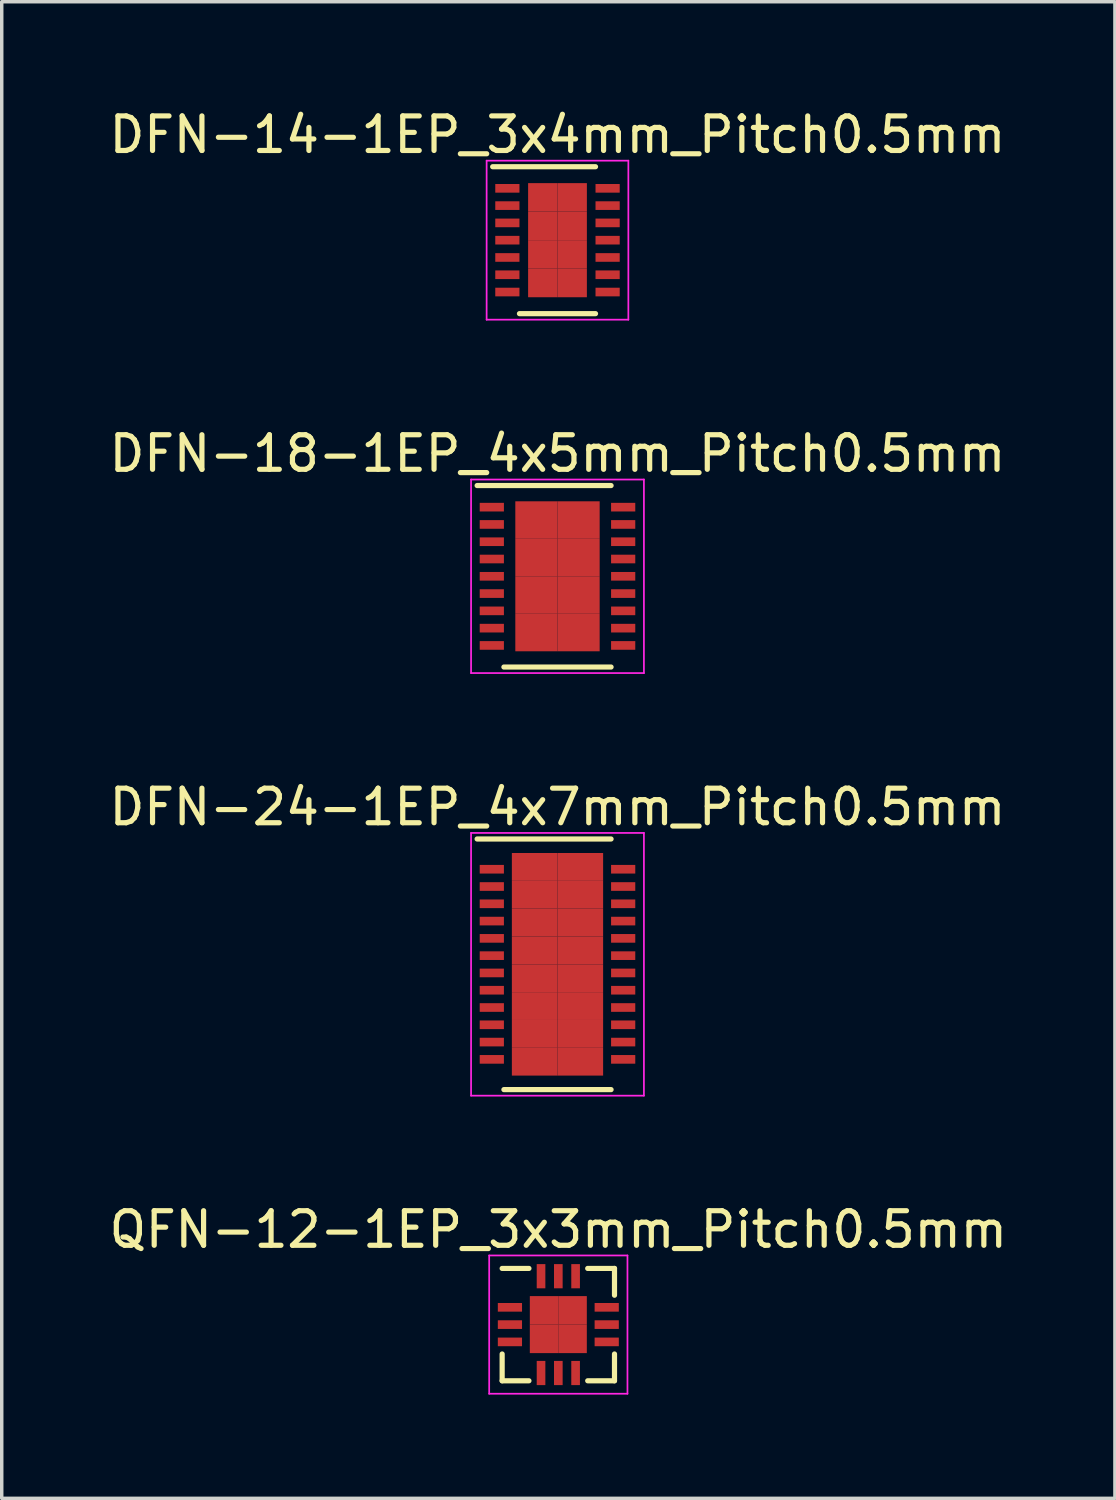
<source format=kicad_pcb>
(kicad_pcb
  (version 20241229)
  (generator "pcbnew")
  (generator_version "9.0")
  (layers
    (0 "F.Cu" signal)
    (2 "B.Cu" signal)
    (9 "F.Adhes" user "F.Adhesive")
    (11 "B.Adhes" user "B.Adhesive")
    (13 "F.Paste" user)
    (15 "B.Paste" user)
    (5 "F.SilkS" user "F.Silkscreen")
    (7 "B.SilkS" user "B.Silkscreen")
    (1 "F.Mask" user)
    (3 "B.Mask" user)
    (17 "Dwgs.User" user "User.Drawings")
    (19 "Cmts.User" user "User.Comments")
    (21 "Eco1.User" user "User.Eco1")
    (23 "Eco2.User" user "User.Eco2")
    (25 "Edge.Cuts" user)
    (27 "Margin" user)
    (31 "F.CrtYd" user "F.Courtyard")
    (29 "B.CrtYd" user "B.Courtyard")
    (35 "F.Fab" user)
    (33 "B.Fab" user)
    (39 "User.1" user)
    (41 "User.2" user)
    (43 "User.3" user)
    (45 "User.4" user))
  (footprint "DFN-14-1EP_3x4mm_Pitch0.5mm"
    (layer "F.Cu")
    (at 13.077 3.898)
    (property "Reference" "DFN-14-1EP_3x4mm_Pitch0.5mm" (at 0 -3.05 0) (layer "F.SilkS") (effects (font (size 1 1) (thickness 0.15))))
    (attr smd)
    (fp_line (start -1.875 -2.125) (end 1.1 -2.125) (stroke (width 0.15) (type solid)) (layer "F.SilkS"))
    (fp_line (start -1.1 2.125) (end 1.1 2.125) (stroke (width 0.15) (type solid)) (layer "F.SilkS"))
    (fp_line (start -2.05 -2.3) (end -2.05 2.3) (stroke (width 0.05) (type solid)) (layer "F.CrtYd"))
    (fp_line (start -2.05 -2.3) (end 2.05 -2.3) (stroke (width 0.05) (type solid)) (layer "F.CrtYd"))
    (fp_line (start -2.05 2.3) (end 2.05 2.3) (stroke (width 0.05) (type solid)) (layer "F.CrtYd"))
    (fp_line (start 2.05 -2.3) (end 2.05 2.3) (stroke (width 0.05) (type solid)) (layer "F.CrtYd"))
    (pad "1" smd rect (at -1.45 -1.5) (size 0.7 0.25) (layers "F.Cu" "F.Mask" "F.Paste"))
    (pad "2" smd rect (at -1.45 -1) (size 0.7 0.25) (layers "F.Cu" "F.Mask" "F.Paste"))
    (pad "3" smd rect (at -1.45 -0.5) (size 0.7 0.25) (layers "F.Cu" "F.Mask" "F.Paste"))
    (pad "4" smd rect (at -1.45 0) (size 0.7 0.25) (layers "F.Cu" "F.Mask" "F.Paste"))
    (pad "5" smd rect (at -1.45 0.5) (size 0.7 0.25) (layers "F.Cu" "F.Mask" "F.Paste"))
    (pad "6" smd rect (at -1.45 1) (size 0.7 0.25) (layers "F.Cu" "F.Mask" "F.Paste"))
    (pad "7" smd rect (at -1.45 1.5) (size 0.7 0.25) (layers "F.Cu" "F.Mask" "F.Paste"))
    (pad "8" smd rect (at 1.45 1.5) (size 0.7 0.25) (layers "F.Cu" "F.Mask" "F.Paste"))
    (pad "9" smd rect (at 1.45 1) (size 0.7 0.25) (layers "F.Cu" "F.Mask" "F.Paste"))
    (pad "10" smd rect (at 1.45 0.5) (size 0.7 0.25) (layers "F.Cu" "F.Mask" "F.Paste"))
    (pad "11" smd rect (at 1.45 0) (size 0.7 0.25) (layers "F.Cu" "F.Mask" "F.Paste"))
    (pad "12" smd rect (at 1.45 -0.5) (size 0.7 0.25) (layers "F.Cu" "F.Mask" "F.Paste"))
    (pad "13" smd rect (at 1.45 -1) (size 0.7 0.25) (layers "F.Cu" "F.Mask" "F.Paste"))
    (pad "14" smd rect (at 1.45 -1.5) (size 0.7 0.25) (layers "F.Cu" "F.Mask" "F.Paste"))
    (pad "15" smd rect (at -0.425 -1.238) (size 0.85 0.825) (layers "F.Cu" "F.Mask" "F.Paste"))
    (pad "15" smd rect (at -0.425 -0.412) (size 0.85 0.825) (layers "F.Cu" "F.Mask" "F.Paste"))
    (pad "15" smd rect (at -0.425 0.412) (size 0.85 0.825) (layers "F.Cu" "F.Mask" "F.Paste"))
    (pad "15" smd rect (at -0.425 1.238) (size 0.85 0.825) (layers "F.Cu" "F.Mask" "F.Paste"))
    (pad "15" smd rect (at 0.425 -1.238) (size 0.85 0.825) (layers "F.Cu" "F.Mask" "F.Paste"))
    (pad "15" smd rect (at 0.425 -0.412) (size 0.85 0.825) (layers "F.Cu" "F.Mask" "F.Paste"))
    (pad "15" smd rect (at 0.425 0.412) (size 0.85 0.825) (layers "F.Cu" "F.Mask" "F.Paste"))
    (pad "15" smd rect (at 0.425 1.238) (size 0.85 0.825) (layers "F.Cu" "F.Mask" "F.Paste")))
  (footprint "QFN-12-1EP_3x3mm_Pitch0.5mm"
    (layer "F.Cu")
    (at 13.101 35.268)
    (property "Reference" "QFN-12-1EP_3x3mm_Pitch0.5mm" (at 0 -2.75 0) (layer "F.SilkS") (effects (font (size 1 1) (thickness 0.15))))
    (attr smd)
    (fp_line (start -1.625 -1.625) (end -0.85 -1.625) (stroke (width 0.15) (type solid)) (layer "F.SilkS"))
    (fp_line (start -1.625 1.625) (end -1.625 0.85) (stroke (width 0.15) (type solid)) (layer "F.SilkS"))
    (fp_line (start -1.625 1.625) (end -0.85 1.625) (stroke (width 0.15) (type solid)) (layer "F.SilkS"))
    (fp_line (start 1.625 -1.625) (end 0.85 -1.625) (stroke (width 0.15) (type solid)) (layer "F.SilkS"))
    (fp_line (start 1.625 -1.625) (end 1.625 -0.85) (stroke (width 0.15) (type solid)) (layer "F.SilkS"))
    (fp_line (start 1.625 1.625) (end 0.85 1.625) (stroke (width 0.15) (type solid)) (layer "F.SilkS"))
    (fp_line (start 1.625 1.625) (end 1.625 0.85) (stroke (width 0.15) (type solid)) (layer "F.SilkS"))
    (fp_line (start -2 -2) (end -2 2) (stroke (width 0.05) (type solid)) (layer "F.CrtYd"))
    (fp_line (start -2 -2) (end 2 -2) (stroke (width 0.05) (type solid)) (layer "F.CrtYd"))
    (fp_line (start -2 2) (end 2 2) (stroke (width 0.05) (type solid)) (layer "F.CrtYd"))
    (fp_line (start 2 -2) (end 2 2) (stroke (width 0.05) (type solid)) (layer "F.CrtYd"))
    (pad "1" smd rect (at -1.4 -0.5) (size 0.7 0.25) (layers "F.Cu" "F.Mask" "F.Paste"))
    (pad "2" smd rect (at -1.4 0) (size 0.7 0.25) (layers "F.Cu" "F.Mask" "F.Paste"))
    (pad "3" smd rect (at -1.4 0.5) (size 0.7 0.25) (layers "F.Cu" "F.Mask" "F.Paste"))
    (pad "4" smd rect (at -0.5 1.4 90) (size 0.7 0.25) (layers "F.Cu" "F.Mask" "F.Paste"))
    (pad "5" smd rect (at 0 1.4 90) (size 0.7 0.25) (layers "F.Cu" "F.Mask" "F.Paste"))
    (pad "6" smd rect (at 0.5 1.4 90) (size 0.7 0.25) (layers "F.Cu" "F.Mask" "F.Paste"))
    (pad "7" smd rect (at 1.4 0.5) (size 0.7 0.25) (layers "F.Cu" "F.Mask" "F.Paste"))
    (pad "8" smd rect (at 1.4 0) (size 0.7 0.25) (layers "F.Cu" "F.Mask" "F.Paste"))
    (pad "9" smd rect (at 1.4 -0.5) (size 0.7 0.25) (layers "F.Cu" "F.Mask" "F.Paste"))
    (pad "10" smd rect (at 0.5 -1.4 90) (size 0.7 0.25) (layers "F.Cu" "F.Mask" "F.Paste"))
    (pad "11" smd rect (at 0 -1.4 90) (size 0.7 0.25) (layers "F.Cu" "F.Mask" "F.Paste"))
    (pad "12" smd rect (at -0.5 -1.4 90) (size 0.7 0.25) (layers "F.Cu" "F.Mask" "F.Paste"))
    (pad "13" smd rect (at -0.412 -0.412) (size 0.825 0.825) (layers "F.Cu" "F.Mask" "F.Paste"))
    (pad "13" smd rect (at -0.412 0.412) (size 0.825 0.825) (layers "F.Cu" "F.Mask" "F.Paste"))
    (pad "13" smd rect (at 0.412 -0.412) (size 0.825 0.825) (layers "F.Cu" "F.Mask" "F.Paste"))
    (pad "13" smd rect (at 0.412 0.412) (size 0.825 0.825) (layers "F.Cu" "F.Mask" "F.Paste")))
  (footprint "DFN-18-1EP_4x5mm_Pitch0.5mm"
    (layer "F.Cu")
    (at 13.077 13.621)
    (property "Reference" "DFN-18-1EP_4x5mm_Pitch0.5mm" (at 0 -3.55 0) (layer "F.SilkS") (effects (font (size 1 1) (thickness 0.15))))
    (attr smd)
    (fp_line (start -2.325 -2.625) (end 1.55 -2.625) (stroke (width 0.15) (type solid)) (layer "F.SilkS"))
    (fp_line (start -1.55 2.625) (end 1.55 2.625) (stroke (width 0.15) (type solid)) (layer "F.SilkS"))
    (fp_line (start -2.5 -2.8) (end -2.5 2.8) (stroke (width 0.05) (type solid)) (layer "F.CrtYd"))
    (fp_line (start -2.5 -2.8) (end 2.5 -2.8) (stroke (width 0.05) (type solid)) (layer "F.CrtYd"))
    (fp_line (start -2.5 2.8) (end 2.5 2.8) (stroke (width 0.05) (type solid)) (layer "F.CrtYd"))
    (fp_line (start 2.5 -2.8) (end 2.5 2.8) (stroke (width 0.05) (type solid)) (layer "F.CrtYd"))
    (pad "1" smd rect (at -1.9 -2) (size 0.7 0.25) (layers "F.Cu" "F.Mask" "F.Paste"))
    (pad "2" smd rect (at -1.9 -1.5) (size 0.7 0.25) (layers "F.Cu" "F.Mask" "F.Paste"))
    (pad "3" smd rect (at -1.9 -1) (size 0.7 0.25) (layers "F.Cu" "F.Mask" "F.Paste"))
    (pad "4" smd rect (at -1.9 -0.5) (size 0.7 0.25) (layers "F.Cu" "F.Mask" "F.Paste"))
    (pad "5" smd rect (at -1.9 0) (size 0.7 0.25) (layers "F.Cu" "F.Mask" "F.Paste"))
    (pad "6" smd rect (at -1.9 0.5) (size 0.7 0.25) (layers "F.Cu" "F.Mask" "F.Paste"))
    (pad "7" smd rect (at -1.9 1) (size 0.7 0.25) (layers "F.Cu" "F.Mask" "F.Paste"))
    (pad "8" smd rect (at -1.9 1.5) (size 0.7 0.25) (layers "F.Cu" "F.Mask" "F.Paste"))
    (pad "9" smd rect (at -1.9 2) (size 0.7 0.25) (layers "F.Cu" "F.Mask" "F.Paste"))
    (pad "10" smd rect (at 1.9 2) (size 0.7 0.25) (layers "F.Cu" "F.Mask" "F.Paste"))
    (pad "11" smd rect (at 1.9 1.5) (size 0.7 0.25) (layers "F.Cu" "F.Mask" "F.Paste"))
    (pad "12" smd rect (at 1.9 1) (size 0.7 0.25) (layers "F.Cu" "F.Mask" "F.Paste"))
    (pad "13" smd rect (at 1.9 0.5) (size 0.7 0.25) (layers "F.Cu" "F.Mask" "F.Paste"))
    (pad "14" smd rect (at 1.9 0) (size 0.7 0.25) (layers "F.Cu" "F.Mask" "F.Paste"))
    (pad "15" smd rect (at 1.9 -0.5) (size 0.7 0.25) (layers "F.Cu" "F.Mask" "F.Paste"))
    (pad "16" smd rect (at 1.9 -1) (size 0.7 0.25) (layers "F.Cu" "F.Mask" "F.Paste"))
    (pad "17" smd rect (at 1.9 -1.5) (size 0.7 0.25) (layers "F.Cu" "F.Mask" "F.Paste"))
    (pad "18" smd rect (at 1.9 -2) (size 0.7 0.25) (layers "F.Cu" "F.Mask" "F.Paste"))
    (pad "19" smd rect (at -0.61 -1.627) (size 1.22 1.085) (layers "F.Cu" "F.Mask" "F.Paste"))
    (pad "19" smd rect (at -0.61 -0.542) (size 1.22 1.085) (layers "F.Cu" "F.Mask" "F.Paste"))
    (pad "19" smd rect (at -0.61 0.542) (size 1.22 1.085) (layers "F.Cu" "F.Mask" "F.Paste"))
    (pad "19" smd rect (at -0.61 1.627) (size 1.22 1.085) (layers "F.Cu" "F.Mask" "F.Paste"))
    (pad "19" smd rect (at 0.61 -1.627) (size 1.22 1.085) (layers "F.Cu" "F.Mask" "F.Paste"))
    (pad "19" smd rect (at 0.61 -0.542) (size 1.22 1.085) (layers "F.Cu" "F.Mask" "F.Paste"))
    (pad "19" smd rect (at 0.61 0.542) (size 1.22 1.085) (layers "F.Cu" "F.Mask" "F.Paste"))
    (pad "19" smd rect (at 0.61 1.627) (size 1.22 1.085) (layers "F.Cu" "F.Mask" "F.Paste")))
  (footprint "DFN-24-1EP_4x7mm_Pitch0.5mm"
    (layer "F.Cu")
    (at 13.077 24.845)
    (property "Reference" "DFN-24-1EP_4x7mm_Pitch0.5mm" (at 0 -4.55 0) (layer "F.SilkS") (effects (font (size 1 1) (thickness 0.15))))
    (attr smd)
    (fp_line (start -2.325 -3.625) (end 1.55 -3.625) (stroke (width 0.15) (type solid)) (layer "F.SilkS"))
    (fp_line (start -1.55 3.625) (end 1.55 3.625) (stroke (width 0.15) (type solid)) (layer "F.SilkS"))
    (fp_line (start -2.5 -3.8) (end -2.5 3.8) (stroke (width 0.05) (type solid)) (layer "F.CrtYd"))
    (fp_line (start -2.5 -3.8) (end 2.5 -3.8) (stroke (width 0.05) (type solid)) (layer "F.CrtYd"))
    (fp_line (start -2.5 3.8) (end 2.5 3.8) (stroke (width 0.05) (type solid)) (layer "F.CrtYd"))
    (fp_line (start 2.5 -3.8) (end 2.5 3.8) (stroke (width 0.05) (type solid)) (layer "F.CrtYd"))
    (pad "1" smd rect (at -1.9 -2.75) (size 0.7 0.25) (layers "F.Cu" "F.Mask" "F.Paste"))
    (pad "2" smd rect (at -1.9 -2.25) (size 0.7 0.25) (layers "F.Cu" "F.Mask" "F.Paste"))
    (pad "3" smd rect (at -1.9 -1.75) (size 0.7 0.25) (layers "F.Cu" "F.Mask" "F.Paste"))
    (pad "4" smd rect (at -1.9 -1.25) (size 0.7 0.25) (layers "F.Cu" "F.Mask" "F.Paste"))
    (pad "5" smd rect (at -1.9 -0.75) (size 0.7 0.25) (layers "F.Cu" "F.Mask" "F.Paste"))
    (pad "6" smd rect (at -1.9 -0.25) (size 0.7 0.25) (layers "F.Cu" "F.Mask" "F.Paste"))
    (pad "7" smd rect (at -1.9 0.25) (size 0.7 0.25) (layers "F.Cu" "F.Mask" "F.Paste"))
    (pad "8" smd rect (at -1.9 0.75) (size 0.7 0.25) (layers "F.Cu" "F.Mask" "F.Paste"))
    (pad "9" smd rect (at -1.9 1.25) (size 0.7 0.25) (layers "F.Cu" "F.Mask" "F.Paste"))
    (pad "10" smd rect (at -1.9 1.75) (size 0.7 0.25) (layers "F.Cu" "F.Mask" "F.Paste"))
    (pad "11" smd rect (at -1.9 2.25) (size 0.7 0.25) (layers "F.Cu" "F.Mask" "F.Paste"))
    (pad "12" smd rect (at -1.9 2.75) (size 0.7 0.25) (layers "F.Cu" "F.Mask" "F.Paste"))
    (pad "13" smd rect (at 1.9 2.75) (size 0.7 0.25) (layers "F.Cu" "F.Mask" "F.Paste"))
    (pad "14" smd rect (at 1.9 2.25) (size 0.7 0.25) (layers "F.Cu" "F.Mask" "F.Paste"))
    (pad "15" smd rect (at 1.9 1.75) (size 0.7 0.25) (layers "F.Cu" "F.Mask" "F.Paste"))
    (pad "16" smd rect (at 1.9 1.25) (size 0.7 0.25) (layers "F.Cu" "F.Mask" "F.Paste"))
    (pad "17" smd rect (at 1.9 0.75) (size 0.7 0.25) (layers "F.Cu" "F.Mask" "F.Paste"))
    (pad "18" smd rect (at 1.9 0.25) (size 0.7 0.25) (layers "F.Cu" "F.Mask" "F.Paste"))
    (pad "19" smd rect (at 1.9 -0.25) (size 0.7 0.25) (layers "F.Cu" "F.Mask" "F.Paste"))
    (pad "20" smd rect (at 1.9 -0.75) (size 0.7 0.25) (layers "F.Cu" "F.Mask" "F.Paste"))
    (pad "21" smd rect (at 1.9 -1.25) (size 0.7 0.25) (layers "F.Cu" "F.Mask" "F.Paste"))
    (pad "22" smd rect (at 1.9 -1.75) (size 0.7 0.25) (layers "F.Cu" "F.Mask" "F.Paste"))
    (pad "23" smd rect (at 1.9 -2.25) (size 0.7 0.25) (layers "F.Cu" "F.Mask" "F.Paste"))
    (pad "24" smd rect (at 1.9 -2.75) (size 0.7 0.25) (layers "F.Cu" "F.Mask" "F.Paste"))
    (pad "25" smd rect (at -0.66 -2.817) (size 1.32 0.805) (layers "F.Cu" "F.Mask" "F.Paste"))
    (pad "25" smd rect (at -0.66 -2.013) (size 1.32 0.805) (layers "F.Cu" "F.Mask" "F.Paste"))
    (pad "25" smd rect (at -0.66 -1.208) (size 1.32 0.805) (layers "F.Cu" "F.Mask" "F.Paste"))
    (pad "25" smd rect (at -0.66 -0.403) (size 1.32 0.805) (layers "F.Cu" "F.Mask" "F.Paste"))
    (pad "25" smd rect (at -0.66 0.403) (size 1.32 0.805) (layers "F.Cu" "F.Mask" "F.Paste"))
    (pad "25" smd rect (at -0.66 1.208) (size 1.32 0.805) (layers "F.Cu" "F.Mask" "F.Paste"))
    (pad "25" smd rect (at -0.66 2.013) (size 1.32 0.805) (layers "F.Cu" "F.Mask" "F.Paste"))
    (pad "25" smd rect (at -0.66 2.817) (size 1.32 0.805) (layers "F.Cu" "F.Mask" "F.Paste"))
    (pad "25" smd rect (at 0.66 -2.817) (size 1.32 0.805) (layers "F.Cu" "F.Mask" "F.Paste"))
    (pad "25" smd rect (at 0.66 -2.013) (size 1.32 0.805) (layers "F.Cu" "F.Mask" "F.Paste"))
    (pad "25" smd rect (at 0.66 -1.208) (size 1.32 0.805) (layers "F.Cu" "F.Mask" "F.Paste"))
    (pad "25" smd rect (at 0.66 -0.403) (size 1.32 0.805) (layers "F.Cu" "F.Mask" "F.Paste"))
    (pad "25" smd rect (at 0.66 0.403) (size 1.32 0.805) (layers "F.Cu" "F.Mask" "F.Paste"))
    (pad "25" smd rect (at 0.66 1.208) (size 1.32 0.805) (layers "F.Cu" "F.Mask" "F.Paste"))
    (pad "25" smd rect (at 0.66 2.013) (size 1.32 0.805) (layers "F.Cu" "F.Mask" "F.Paste"))
    (pad "25" smd rect (at 0.66 2.817) (size 1.32 0.805) (layers "F.Cu" "F.Mask" "F.Paste")))
  (gr_rect
    (start -3 -3)
    (end 29.202 40.293)
    (stroke (width 0.1) (type default))
    (fill no)
    (layer "Edge.Cuts")))
</source>
